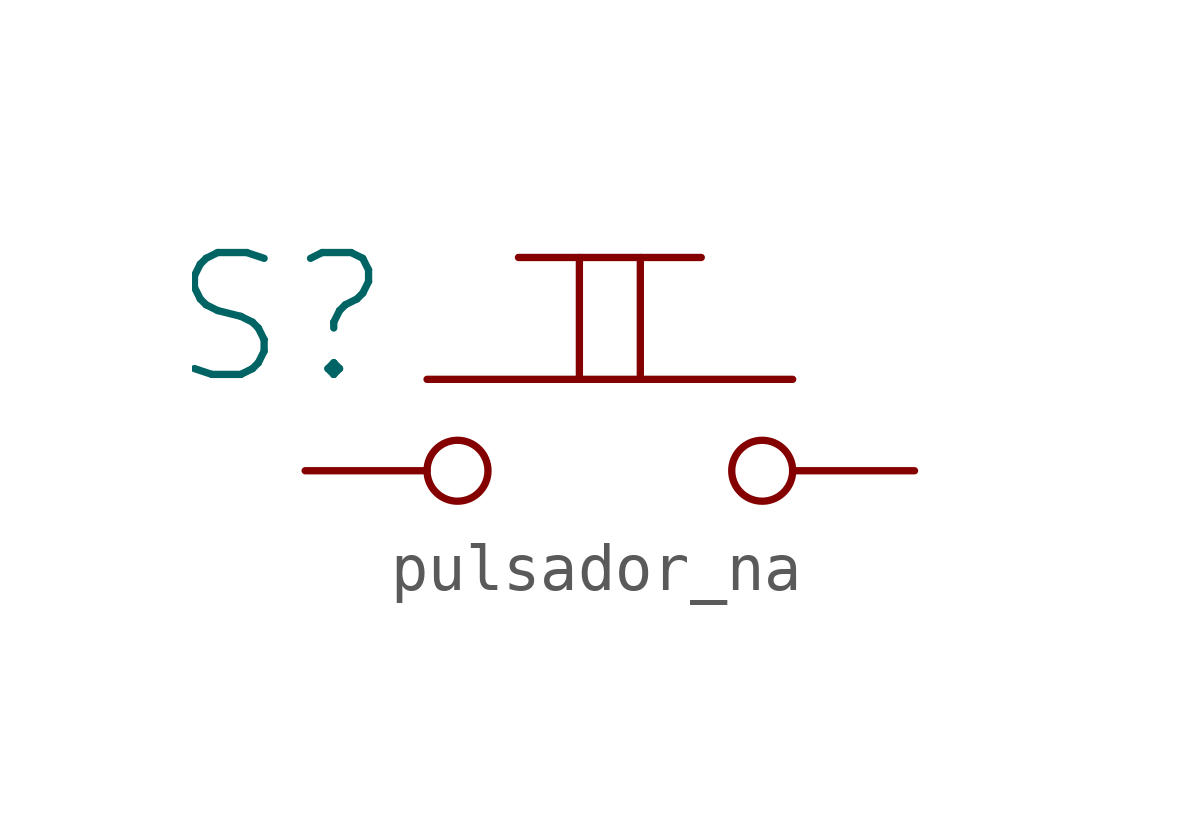
<source format=kicad_sym>
(kicad_symbol_lib
  (version 20220914)
  (generator kicad_symbol_editor)
  (symbol "pulsador_na"
    (pin_names
      (offset 1.016))
    (property "Reference" "S"
      (at 1.905 3.175 0)
      (effects (font (size 2.54 2.54)) (justify right)))
    (symbol "pulsador_na_0_0"
      (polyline (pts (xy 2.54 1.905) (xy 10.16 1.905)) (stroke (width 0) (type default)) (fill (type none)))
      (polyline (pts (xy 4.445 4.445) (xy 8.255 4.445)) (stroke (width 0) (type default)) (fill (type none)))
      (polyline (pts (xy 5.715 1.905) (xy 5.715 4.445)) (stroke (width 0) (type default)) (fill (type none)))
      (polyline (pts (xy 6.985 4.445) (xy 6.985 1.905)) (stroke (width 0) (type default)) (fill (type none)))
      (circle (center 3.175 0) (radius 0.635) (stroke (width 0) (type default)) (fill (type none)))
      (circle (center 9.525 0) (radius 0.635) (stroke (width 0) (type default)) (fill (type none))))
    (symbol "pulsador_na_1_1"
      (pin input line (at 0 0 0) (length 2.54) (name "" (effects (font (size 1.27 1.27)))) (number "" (effects (font (size 1.143 1.143)))))
      (pin input line (at 12.7 0 180) (length 2.54) (name "" (effects (font (size 1.27 1.27)))) (number "" (effects (font (size 1.143 1.143))))))))
</source>
